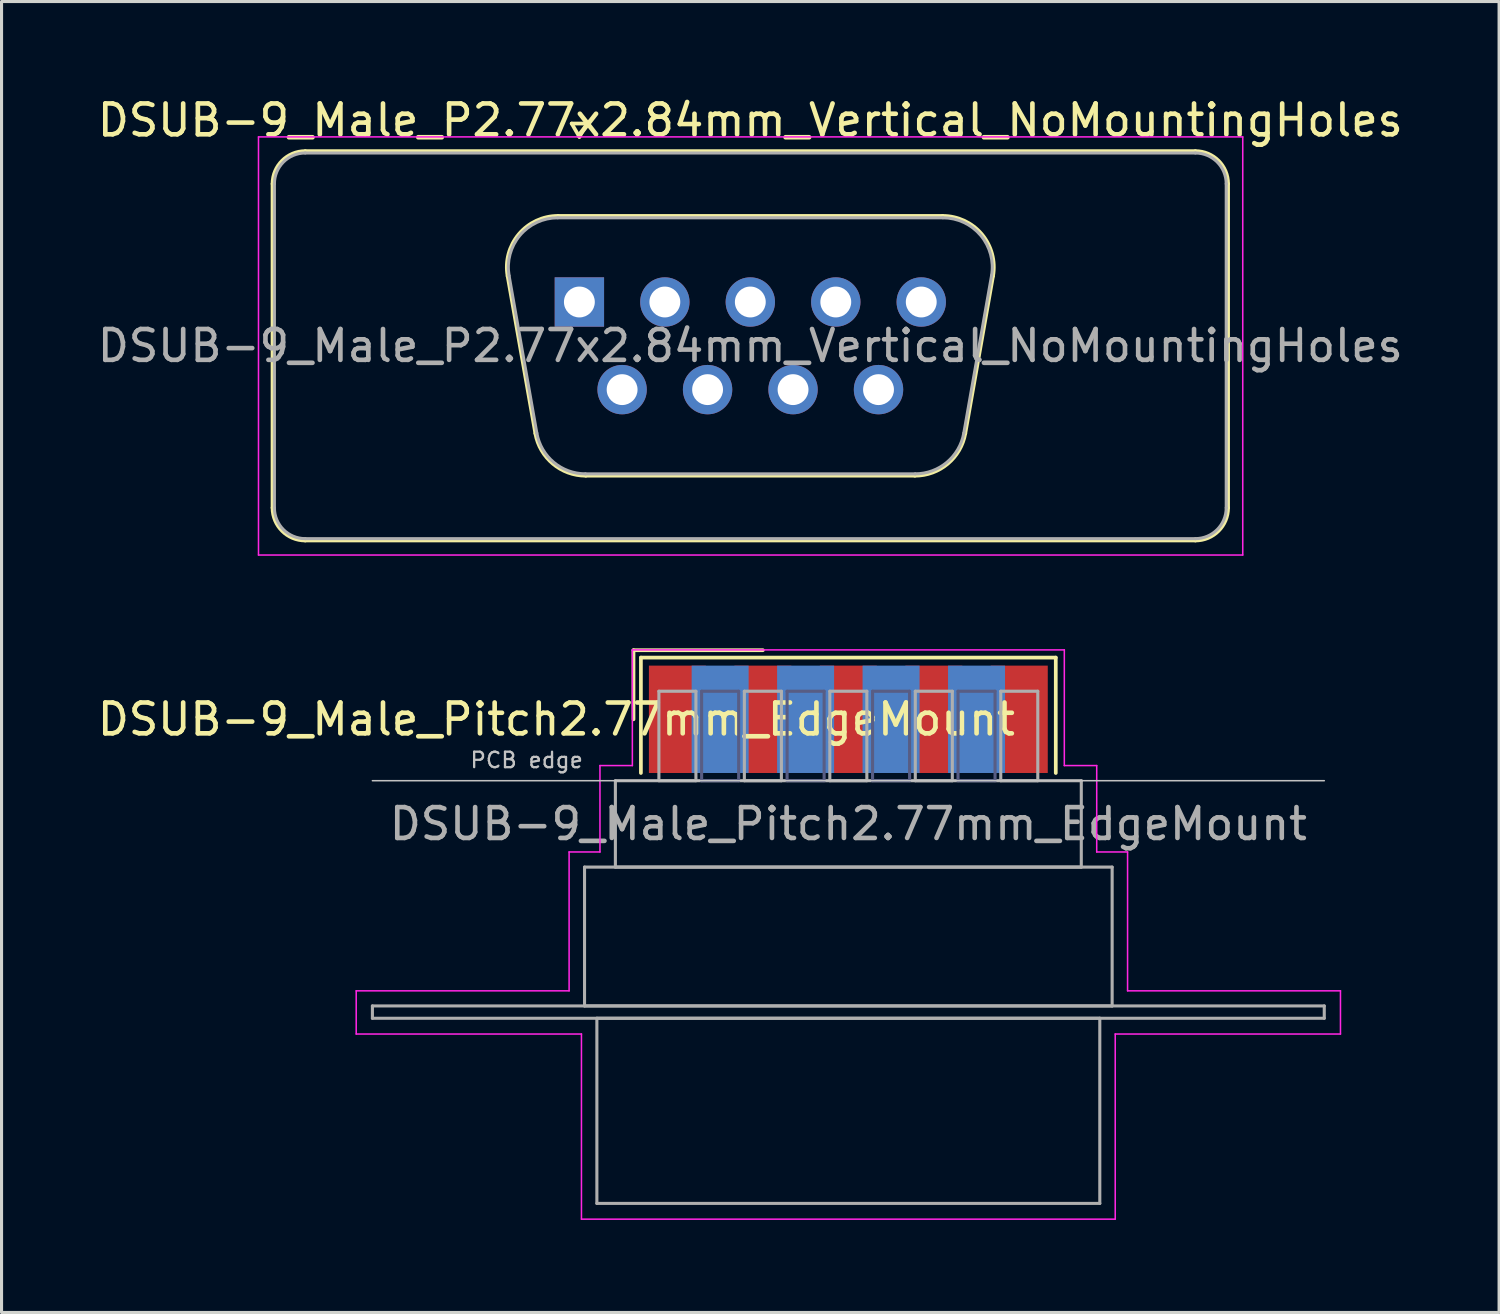
<source format=kicad_pcb>
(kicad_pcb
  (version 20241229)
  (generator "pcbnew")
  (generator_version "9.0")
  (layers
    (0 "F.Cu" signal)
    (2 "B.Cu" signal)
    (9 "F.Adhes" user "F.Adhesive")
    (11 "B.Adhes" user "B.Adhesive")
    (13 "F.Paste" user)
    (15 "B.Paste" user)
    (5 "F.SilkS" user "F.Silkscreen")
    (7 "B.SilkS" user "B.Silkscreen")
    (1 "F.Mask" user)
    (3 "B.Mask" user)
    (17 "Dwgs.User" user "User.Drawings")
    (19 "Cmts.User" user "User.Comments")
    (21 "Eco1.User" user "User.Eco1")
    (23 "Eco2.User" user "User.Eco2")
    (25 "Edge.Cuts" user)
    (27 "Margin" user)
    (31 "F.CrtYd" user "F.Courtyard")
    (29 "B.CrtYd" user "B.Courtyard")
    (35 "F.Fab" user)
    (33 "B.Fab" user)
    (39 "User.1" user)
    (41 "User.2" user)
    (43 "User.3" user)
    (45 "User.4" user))
  (footprint "DSUB-9_Male_P2.77x2.84mm_Vertical_NoMountingHoles"
    (layer "F.Cu")
    (at 15.728 6.738)
    (property "Reference" "DSUB-9_Male_P2.77x2.84mm_Vertical_NoMountingHoles" (at 5.54 -5.89 0) (layer "F.SilkS") (effects (font (size 1 1) (thickness 0.15))))
    (attr through_hole)
    (fp_line (start -9.945 6.67) (end -9.945 -3.83) (stroke (width 0.12) (type solid)) (layer "F.SilkS"))
    (fp_line (start -8.885 -4.89) (end 19.965 -4.89) (stroke (width 0.12) (type solid)) (layer "F.SilkS"))
    (fp_line (start -2.326 -0.842) (end -1.427 4.258) (stroke (width 0.12) (type solid)) (layer "F.SilkS"))
    (fp_line (start -0.692 -2.79) (end 11.772 -2.79) (stroke (width 0.12) (type solid)) (layer "F.SilkS"))
    (fp_line (start -0.25 -5.784) (end 0.25 -5.784) (stroke (width 0.12) (type solid)) (layer "F.SilkS"))
    (fp_line (start 0 -5.351) (end -0.25 -5.784) (stroke (width 0.12) (type solid)) (layer "F.SilkS"))
    (fp_line (start 0.208 5.63) (end 10.872 5.63) (stroke (width 0.12) (type solid)) (layer "F.SilkS"))
    (fp_line (start 0.25 -5.784) (end 0 -5.351) (stroke (width 0.12) (type solid)) (layer "F.SilkS"))
    (fp_line (start 13.406 -0.842) (end 12.507 4.258) (stroke (width 0.12) (type solid)) (layer "F.SilkS"))
    (fp_line (start 19.965 7.73) (end -8.885 7.73) (stroke (width 0.12) (type solid)) (layer "F.SilkS"))
    (fp_line (start 21.025 -3.83) (end 21.025 6.67) (stroke (width 0.12) (type solid)) (layer "F.SilkS"))
    (fp_arc (start -9.945 -3.83) (mid -9.634533 -4.579533) (end -8.885 -4.89) (stroke (width 0.12) (type solid)) (layer "F.SilkS"))
    (fp_arc (start -8.885 7.73) (mid -9.634533 7.419533) (end -9.945 6.67) (stroke (width 0.12) (type solid)) (layer "F.SilkS"))
    (fp_arc (start -2.32647 -0.841744) (mid -1.963323 -2.197028) (end -0.691689 -2.79) (stroke (width 0.12) (type solid)) (layer "F.SilkS"))
    (fp_arc (start 0.207579 5.63) (mid -0.859448 5.241634) (end -1.427202 4.258256) (stroke (width 0.12) (type solid)) (layer "F.SilkS"))
    (fp_arc (start 11.771689 -2.79) (mid 13.043323 -2.197027) (end 13.40647 -0.841744) (stroke (width 0.12) (type solid)) (layer "F.SilkS"))
    (fp_arc (start 12.507202 4.258256) (mid 11.939449 5.241634) (end 10.872421 5.63) (stroke (width 0.12) (type solid)) (layer "F.SilkS"))
    (fp_arc (start 19.965 -4.89) (mid 20.714533 -4.579533) (end 21.025 -3.83) (stroke (width 0.12) (type solid)) (layer "F.SilkS"))
    (fp_arc (start 21.025 6.67) (mid 20.714533 7.419533) (end 19.965 7.73) (stroke (width 0.12) (type solid)) (layer "F.SilkS"))
    (fp_line (start -10.4 -5.35) (end -10.4 8.2) (stroke (width 0.05) (type solid)) (layer "F.CrtYd"))
    (fp_line (start -10.4 8.2) (end 21.5 8.2) (stroke (width 0.05) (type solid)) (layer "F.CrtYd"))
    (fp_line (start 21.5 -5.35) (end -10.4 -5.35) (stroke (width 0.05) (type solid)) (layer "F.CrtYd"))
    (fp_line (start 21.5 8.2) (end 21.5 -5.35) (stroke (width 0.05) (type solid)) (layer "F.CrtYd"))
    (fp_line (start -9.885 6.67) (end -9.885 -3.83) (stroke (width 0.1) (type solid)) (layer "F.Fab"))
    (fp_line (start -8.885 -4.83) (end 19.965 -4.83) (stroke (width 0.1) (type solid)) (layer "F.Fab"))
    (fp_line (start -2.279 -0.852) (end -1.38 4.248) (stroke (width 0.1) (type solid)) (layer "F.Fab"))
    (fp_line (start -0.703 -2.73) (end 11.783 -2.73) (stroke (width 0.1) (type solid)) (layer "F.Fab"))
    (fp_line (start 0.196 5.57) (end 10.884 5.57) (stroke (width 0.1) (type solid)) (layer "F.Fab"))
    (fp_line (start 13.359 -0.852) (end 12.46 4.248) (stroke (width 0.1) (type solid)) (layer "F.Fab"))
    (fp_line (start 19.965 7.67) (end -8.885 7.67) (stroke (width 0.1) (type solid)) (layer "F.Fab"))
    (fp_line (start 20.965 -3.83) (end 20.965 6.67) (stroke (width 0.1) (type solid)) (layer "F.Fab"))
    (fp_arc (start -9.885 -3.83) (mid -9.592107 -4.537107) (end -8.885 -4.83) (stroke (width 0.1) (type solid)) (layer "F.Fab"))
    (fp_arc (start -8.885 7.67) (mid -9.592107 7.377107) (end -9.885 6.67) (stroke (width 0.1) (type solid)) (layer "F.Fab"))
    (fp_arc (start -2.278886 -0.852163) (mid -1.928865 -2.15846) (end -0.703194 -2.73) (stroke (width 0.1) (type solid)) (layer "F.Fab"))
    (fp_arc (start 0.196073 5.57) (mid -0.832387 5.195671) (end -1.379619 4.247837) (stroke (width 0.1) (type solid)) (layer "F.Fab"))
    (fp_arc (start 11.783194 -2.73) (mid 13.008865 -2.15846) (end 13.358886 -0.852163) (stroke (width 0.1) (type solid)) (layer "F.Fab"))
    (fp_arc (start 12.459619 4.247837) (mid 11.912387 5.195671) (end 10.883927 5.57) (stroke (width 0.1) (type solid)) (layer "F.Fab"))
    (fp_arc (start 19.965 -4.83) (mid 20.672107 -4.537107) (end 20.965 -3.83) (stroke (width 0.1) (type solid)) (layer "F.Fab"))
    (fp_arc (start 20.965 6.67) (mid 20.672107 7.377107) (end 19.965 7.67) (stroke (width 0.1) (type solid)) (layer "F.Fab"))
    (fp_text user "${REFERENCE}" (at 5.54 1.42 0) (layer "F.Fab") (effects (font (size 1 1) (thickness 0.15))))
    (pad "1" thru_hole rect (at 0 0) (size 1.6 1.6) (drill 1) (layers "*.Cu" "*.Mask"))
    (pad "2" thru_hole circle (at 2.77 0) (size 1.6 1.6) (drill 1) (layers "*.Cu" "*.Mask"))
    (pad "3" thru_hole circle (at 5.54 0) (size 1.6 1.6) (drill 1) (layers "*.Cu" "*.Mask"))
    (pad "4" thru_hole circle (at 8.31 0) (size 1.6 1.6) (drill 1) (layers "*.Cu" "*.Mask"))
    (pad "5" thru_hole circle (at 11.08 0) (size 1.6 1.6) (drill 1) (layers "*.Cu" "*.Mask"))
    (pad "6" thru_hole circle (at 1.385 2.84) (size 1.6 1.6) (drill 1) (layers "*.Cu" "*.Mask"))
    (pad "7" thru_hole circle (at 4.155 2.84) (size 1.6 1.6) (drill 1) (layers "*.Cu" "*.Mask"))
    (pad "8" thru_hole circle (at 6.925 2.84) (size 1.6 1.6) (drill 1) (layers "*.Cu" "*.Mask"))
    (pad "9" thru_hole circle (at 9.695 2.84) (size 1.6 1.6) (drill 1) (layers "*.Cu" "*.Mask")))
  (footprint "DSUB-9_Male_Pitch2.77mm_EdgeMount"
    (layer "F.Cu")
    (at 24.445 20.263)
    (property "Reference" "DSUB-9_Male_Pitch2.77mm_EdgeMount" (at -9.463 0 0) (layer "F.SilkS") (effects (font (size 1 1) (thickness 0.15))))
    (attr smd)
    (fp_line (start -6.963 -2.24) (end -2.77 -2.24) (stroke (width 0.12) (type solid)) (layer "F.SilkS"))
    (fp_line (start -6.963 0) (end -6.963 -2.24) (stroke (width 0.12) (type solid)) (layer "F.SilkS"))
    (fp_line (start -6.723 -2) (end -6.723 1.74) (stroke (width 0.12) (type solid)) (layer "F.SilkS"))
    (fp_line (start 6.723 -2) (end -6.723 -2) (stroke (width 0.12) (type solid)) (layer "F.SilkS"))
    (fp_line (start 6.723 1.74) (end 6.723 -2) (stroke (width 0.12) (type solid)) (layer "F.SilkS"))
    (fp_line (start -15.425 1.99) (end 15.425 1.99) (stroke (width 0.05) (type solid)) (layer "Dwgs.User"))
    (fp_line (start -15.95 8.8) (end -9.05 8.8) (stroke (width 0.05) (type solid)) (layer "F.CrtYd"))
    (fp_line (start -15.95 10.2) (end -15.95 8.8) (stroke (width 0.05) (type solid)) (layer "F.CrtYd"))
    (fp_line (start -9.05 4.3) (end -8.05 4.3) (stroke (width 0.05) (type solid)) (layer "F.CrtYd"))
    (fp_line (start -9.05 8.8) (end -9.05 4.3) (stroke (width 0.05) (type solid)) (layer "F.CrtYd"))
    (fp_line (start -8.65 10.2) (end -15.95 10.2) (stroke (width 0.05) (type solid)) (layer "F.CrtYd"))
    (fp_line (start -8.65 16.2) (end -8.65 10.2) (stroke (width 0.05) (type solid)) (layer "F.CrtYd"))
    (fp_line (start -8.05 1.5) (end -7 1.5) (stroke (width 0.05) (type solid)) (layer "F.CrtYd"))
    (fp_line (start -8.05 4.3) (end -8.05 1.5) (stroke (width 0.05) (type solid)) (layer "F.CrtYd"))
    (fp_line (start -7 -2.25) (end 7 -2.25) (stroke (width 0.05) (type solid)) (layer "F.CrtYd"))
    (fp_line (start -7 1.5) (end -7 -2.25) (stroke (width 0.05) (type solid)) (layer "F.CrtYd"))
    (fp_line (start 7 -2.25) (end 7 1.5) (stroke (width 0.05) (type solid)) (layer "F.CrtYd"))
    (fp_line (start 7 1.5) (end 8.05 1.5) (stroke (width 0.05) (type solid)) (layer "F.CrtYd"))
    (fp_line (start 8.05 1.5) (end 8.05 4.3) (stroke (width 0.05) (type solid)) (layer "F.CrtYd"))
    (fp_line (start 8.05 4.3) (end 9.05 4.3) (stroke (width 0.05) (type solid)) (layer "F.CrtYd"))
    (fp_line (start 8.65 10.2) (end 8.65 16.2) (stroke (width 0.05) (type solid)) (layer "F.CrtYd"))
    (fp_line (start 8.65 16.2) (end -8.65 16.2) (stroke (width 0.05) (type solid)) (layer "F.CrtYd"))
    (fp_line (start 9.05 4.3) (end 9.05 8.8) (stroke (width 0.05) (type solid)) (layer "F.CrtYd"))
    (fp_line (start 9.05 8.8) (end 15.95 8.8) (stroke (width 0.05) (type solid)) (layer "F.CrtYd"))
    (fp_line (start 15.95 8.8) (end 15.95 10.2) (stroke (width 0.05) (type solid)) (layer "F.CrtYd"))
    (fp_line (start 15.95 10.2) (end 8.65 10.2) (stroke (width 0.05) (type solid)) (layer "F.CrtYd"))
    (fp_line (start -4.755 -0.91) (end -4.755 1.99) (stroke (width 0.1) (type solid)) (layer "B.Fab"))
    (fp_line (start -4.755 1.99) (end -3.555 1.99) (stroke (width 0.1) (type solid)) (layer "B.Fab"))
    (fp_line (start -3.555 -0.91) (end -4.755 -0.91) (stroke (width 0.1) (type solid)) (layer "B.Fab"))
    (fp_line (start -3.555 1.99) (end -3.555 -0.91) (stroke (width 0.1) (type solid)) (layer "B.Fab"))
    (fp_line (start -1.985 -0.91) (end -1.985 1.99) (stroke (width 0.1) (type solid)) (layer "B.Fab"))
    (fp_line (start -1.985 1.99) (end -0.785 1.99) (stroke (width 0.1) (type solid)) (layer "B.Fab"))
    (fp_line (start -0.785 -0.91) (end -1.985 -0.91) (stroke (width 0.1) (type solid)) (layer "B.Fab"))
    (fp_line (start -0.785 1.99) (end -0.785 -0.91) (stroke (width 0.1) (type solid)) (layer "B.Fab"))
    (fp_line (start 0.785 -0.91) (end 0.785 1.99) (stroke (width 0.1) (type solid)) (layer "B.Fab"))
    (fp_line (start 0.785 1.99) (end 1.985 1.99) (stroke (width 0.1) (type solid)) (layer "B.Fab"))
    (fp_line (start 1.985 -0.91) (end 0.785 -0.91) (stroke (width 0.1) (type solid)) (layer "B.Fab"))
    (fp_line (start 1.985 1.99) (end 1.985 -0.91) (stroke (width 0.1) (type solid)) (layer "B.Fab"))
    (fp_line (start 3.555 -0.91) (end 3.555 1.99) (stroke (width 0.1) (type solid)) (layer "B.Fab"))
    (fp_line (start 3.555 1.99) (end 4.755 1.99) (stroke (width 0.1) (type solid)) (layer "B.Fab"))
    (fp_line (start 4.755 -0.91) (end 3.555 -0.91) (stroke (width 0.1) (type solid)) (layer "B.Fab"))
    (fp_line (start 4.755 1.99) (end 4.755 -0.91) (stroke (width 0.1) (type solid)) (layer "B.Fab"))
    (fp_line (start -15.425 9.29) (end -15.425 9.69) (stroke (width 0.1) (type solid)) (layer "F.Fab"))
    (fp_line (start -15.425 9.69) (end 15.425 9.69) (stroke (width 0.1) (type solid)) (layer "F.Fab"))
    (fp_line (start -8.55 4.79) (end -8.55 9.29) (stroke (width 0.1) (type solid)) (layer "F.Fab"))
    (fp_line (start -8.55 9.29) (end 8.55 9.29) (stroke (width 0.1) (type solid)) (layer "F.Fab"))
    (fp_line (start -8.15 9.69) (end -8.15 15.69) (stroke (width 0.1) (type solid)) (layer "F.Fab"))
    (fp_line (start -8.15 15.69) (end 8.15 15.69) (stroke (width 0.1) (type solid)) (layer "F.Fab"))
    (fp_line (start -7.55 1.99) (end -7.55 4.79) (stroke (width 0.1) (type solid)) (layer "F.Fab"))
    (fp_line (start -7.55 4.79) (end 7.55 4.79) (stroke (width 0.1) (type solid)) (layer "F.Fab"))
    (fp_line (start -6.14 -0.91) (end -6.14 1.99) (stroke (width 0.1) (type solid)) (layer "F.Fab"))
    (fp_line (start -6.14 1.99) (end -4.94 1.99) (stroke (width 0.1) (type solid)) (layer "F.Fab"))
    (fp_line (start -4.94 -0.91) (end -6.14 -0.91) (stroke (width 0.1) (type solid)) (layer "F.Fab"))
    (fp_line (start -4.94 1.99) (end -4.94 -0.91) (stroke (width 0.1) (type solid)) (layer "F.Fab"))
    (fp_line (start -3.37 -0.91) (end -3.37 1.99) (stroke (width 0.1) (type solid)) (layer "F.Fab"))
    (fp_line (start -3.37 1.99) (end -2.17 1.99) (stroke (width 0.1) (type solid)) (layer "F.Fab"))
    (fp_line (start -2.17 -0.91) (end -3.37 -0.91) (stroke (width 0.1) (type solid)) (layer "F.Fab"))
    (fp_line (start -2.17 1.99) (end -2.17 -0.91) (stroke (width 0.1) (type solid)) (layer "F.Fab"))
    (fp_line (start -0.6 -0.91) (end -0.6 1.99) (stroke (width 0.1) (type solid)) (layer "F.Fab"))
    (fp_line (start -0.6 1.99) (end 0.6 1.99) (stroke (width 0.1) (type solid)) (layer "F.Fab"))
    (fp_line (start 0.6 -0.91) (end -0.6 -0.91) (stroke (width 0.1) (type solid)) (layer "F.Fab"))
    (fp_line (start 0.6 1.99) (end 0.6 -0.91) (stroke (width 0.1) (type solid)) (layer "F.Fab"))
    (fp_line (start 2.17 -0.91) (end 2.17 1.99) (stroke (width 0.1) (type solid)) (layer "F.Fab"))
    (fp_line (start 2.17 1.99) (end 3.37 1.99) (stroke (width 0.1) (type solid)) (layer "F.Fab"))
    (fp_line (start 3.37 -0.91) (end 2.17 -0.91) (stroke (width 0.1) (type solid)) (layer "F.Fab"))
    (fp_line (start 3.37 1.99) (end 3.37 -0.91) (stroke (width 0.1) (type solid)) (layer "F.Fab"))
    (fp_line (start 4.94 -0.91) (end 4.94 1.99) (stroke (width 0.1) (type solid)) (layer "F.Fab"))
    (fp_line (start 4.94 1.99) (end 6.14 1.99) (stroke (width 0.1) (type solid)) (layer "F.Fab"))
    (fp_line (start 6.14 -0.91) (end 4.94 -0.91) (stroke (width 0.1) (type solid)) (layer "F.Fab"))
    (fp_line (start 6.14 1.99) (end 6.14 -0.91) (stroke (width 0.1) (type solid)) (layer "F.Fab"))
    (fp_line (start 7.55 1.99) (end -7.55 1.99) (stroke (width 0.1) (type solid)) (layer "F.Fab"))
    (fp_line (start 7.55 4.79) (end 7.55 1.99) (stroke (width 0.1) (type solid)) (layer "F.Fab"))
    (fp_line (start 8.15 9.69) (end -8.15 9.69) (stroke (width 0.1) (type solid)) (layer "F.Fab"))
    (fp_line (start 8.15 15.69) (end 8.15 9.69) (stroke (width 0.1) (type solid)) (layer "F.Fab"))
    (fp_line (start 8.55 4.79) (end -8.55 4.79) (stroke (width 0.1) (type solid)) (layer "F.Fab"))
    (fp_line (start 8.55 9.29) (end 8.55 4.79) (stroke (width 0.1) (type solid)) (layer "F.Fab"))
    (fp_line (start 15.425 9.29) (end -15.425 9.29) (stroke (width 0.1) (type solid)) (layer "F.Fab"))
    (fp_line (start 15.425 9.69) (end 15.425 9.29) (stroke (width 0.1) (type solid)) (layer "F.Fab"))
    (fp_text user "PCB edge" (at -10.425 1.323 0) (layer "Dwgs.User") (effects (font (size 0.5 0.5) (thickness 0.075))))
    (fp_text user "${REFERENCE}" (at 0 3.39 0) (layer "F.Fab") (effects (font (size 1 1) (thickness 0.15))))
    (pad "1" smd rect (at -5.54 0) (size 1.847 3.48) (layers "F.Cu" "F.Mask" "F.Paste"))
    (pad "2" smd rect (at -2.77 0) (size 1.847 3.48) (layers "F.Cu" "F.Mask" "F.Paste"))
    (pad "3" smd rect (at 0 0) (size 1.847 3.48) (layers "F.Cu" "F.Mask" "F.Paste"))
    (pad "4" smd rect (at 2.77 0) (size 1.847 3.48) (layers "F.Cu" "F.Mask" "F.Paste"))
    (pad "5" smd rect (at 5.54 0) (size 1.847 3.48) (layers "F.Cu" "F.Mask" "F.Paste"))
    (pad "6" smd rect (at -4.155 0) (size 1.847 3.48) (layers "B.Cu" "B.Mask" "B.Paste"))
    (pad "7" smd rect (at -1.385 0) (size 1.847 3.48) (layers "B.Cu" "B.Mask" "B.Paste"))
    (pad "8" smd rect (at 1.385 0) (size 1.847 3.48) (layers "B.Cu" "B.Mask" "B.Paste"))
    (pad "9" smd rect (at 4.155 0) (size 1.847 3.48) (layers "B.Cu" "B.Mask" "B.Paste")))
  (gr_rect
    (start -3 -3)
    (end 45.536 39.488)
    (stroke (width 0.1) (type default))
    (fill no)
    (layer "Edge.Cuts")))
</source>
